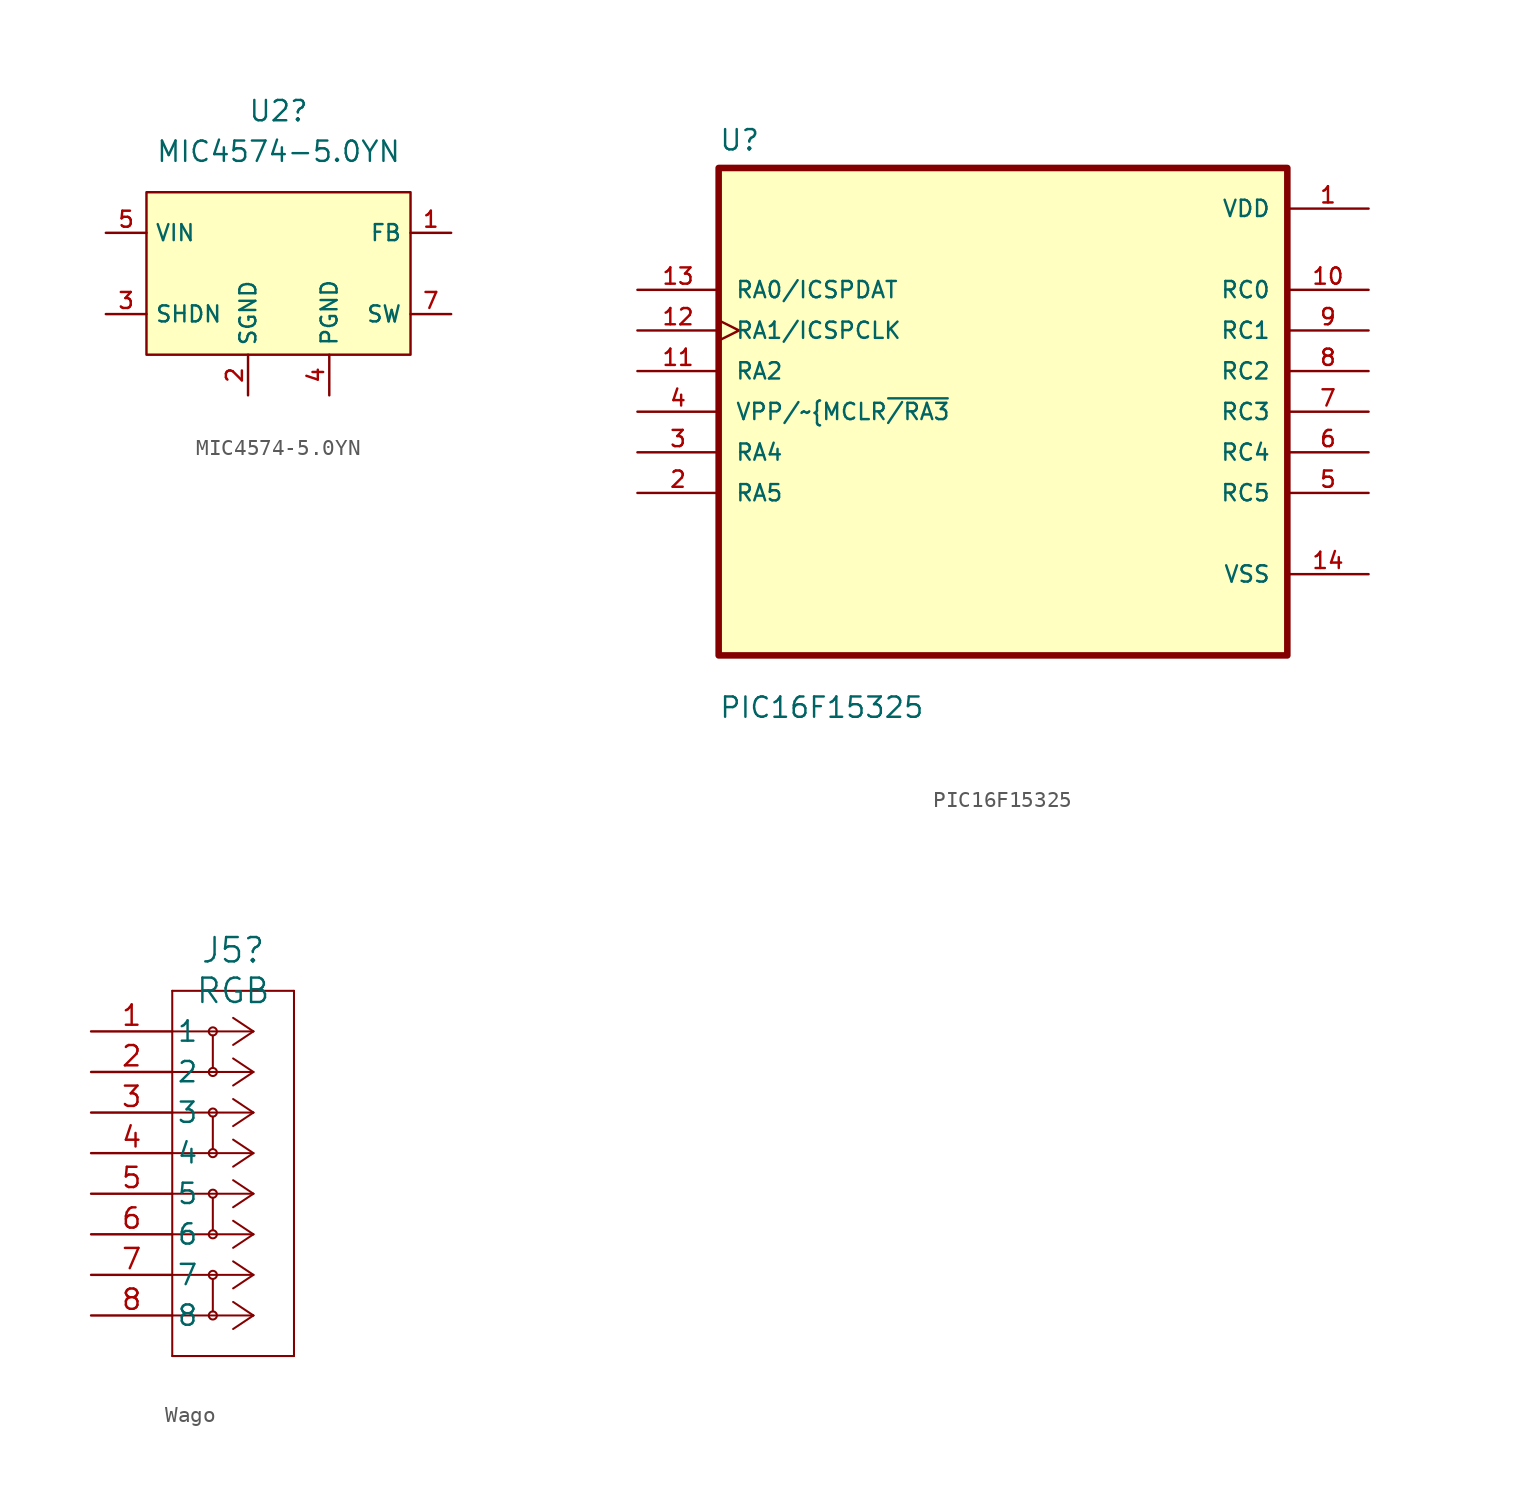
<source format=kicad_sym>
(kicad_symbol_lib
  (version 20211014)
  (generator kicad_symbol_editor)
  (symbol "MIC4574-5.0YN"
    (property "Reference" "U2"
      (at -0.635 10.16 0)
      (effects (font (size 1.27 1.27))))
    (property "Value" "MIC4574-5.0YN"
      (at -0.635 7.62 0)
      (effects (font (size 1.27 1.27))))
    (symbol "MIC4574-5.0YN_0_1"
      (rectangle (start -8.89 5.08) (end 7.62 -5.08) (stroke (width 0) (type default) (color 0 0 0 0)) (fill (type background))))
    (symbol "MIC4574-5.0YN_1_1"
      (pin input line (at 10.16 2.54 180) (length 2.54) (name "FB" (effects (font (size 1 1)))) (number "1" (effects (font (size 1 1)))))
      (pin passive line (at -2.54 -7.62 90) (length 2.54) (name "SGND" (effects (font (size 1 1)))) (number "2" (effects (font (size 1 1)))))
      (pin input line (at -11.43 -2.54 0) (length 2.54) (name "SHDN" (effects (font (size 1 1)))) (number "3" (effects (font (size 1 1)))))
      (pin passive line (at 2.54 -7.62 90) (length 2.54) (name "PGND" (effects (font (size 1 1)))) (number "4" (effects (font (size 1 1)))))
      (pin power_in line (at -11.43 2.54 0) (length 2.54) (name "VIN" (effects (font (size 1 1)))) (number "5" (effects (font (size 1 1)))))
      (pin no_connect line (at 10.16 0 180) (length 2.54) hide (name "NC" (effects (font (size 1 1)))) (number "6" (effects (font (size 1 1)))))
      (pin power_out line (at 10.16 -2.54 180) (length 2.54) (name "SW" (effects (font (size 1 1)))) (number "7" (effects (font (size 1 1)))))
      (pin no_connect line (at -11.43 0 0) (length 2.54) hide (name "NC" (effects (font (size 1 1)))) (number "8" (effects (font (size 1 1)))))))
  (symbol "PIC16F15325"
    (pin_names
      (offset 1.016))
    (property "Reference" "U"
      (at -17.78 16.24 0)
      (effects (font (size 1.27 1.27)) (justify left bottom)))
    (property "Value" "PIC16F15325"
      (at -17.78 -19.24 0)
      (effects (font (size 1.27 1.27)) (justify left bottom)))
    (symbol "PIC16F15325_0_0"
      (rectangle (start -17.78 -15.24) (end 17.78 15.24) (stroke (width 0.41) (type default) (color 0 0 0 0)) (fill (type background)))
      (pin power_in line (at 22.86 12.7 180) (length 5.08) (name "VDD" (effects (font (size 1.016 1.016)))) (number "1" (effects (font (size 1.016 1.016)))))
      (pin bidirectional line (at 22.86 7.62 180) (length 5.08) (name "RC0" (effects (font (size 1.016 1.016)))) (number "10" (effects (font (size 1.016 1.016)))))
      (pin bidirectional line (at -22.86 2.54 0) (length 5.08) (name "RA2" (effects (font (size 1.016 1.016)))) (number "11" (effects (font (size 1.016 1.016)))))
      (pin bidirectional clock (at -22.86 5.08 0) (length 5.08) (name "RA1/ICSPCLK" (effects (font (size 1.016 1.016)))) (number "12" (effects (font (size 1.016 1.016)))))
      (pin bidirectional line (at -22.86 7.62 0) (length 5.08) (name "RA0/ICSPDAT" (effects (font (size 1.016 1.016)))) (number "13" (effects (font (size 1.016 1.016)))))
      (pin power_in line (at 22.86 -10.16 180) (length 5.08) (name "VSS" (effects (font (size 1.016 1.016)))) (number "14" (effects (font (size 1.016 1.016)))))
      (pin bidirectional line (at -22.86 -5.08 0) (length 5.08) (name "RA5" (effects (font (size 1.016 1.016)))) (number "2" (effects (font (size 1.016 1.016)))))
      (pin bidirectional line (at -22.86 -2.54 0) (length 5.08) (name "RA4" (effects (font (size 1.016 1.016)))) (number "3" (effects (font (size 1.016 1.016)))))
      (pin bidirectional line (at -22.86 0 0) (length 5.08) (name "VPP/~{MCLR~{/RA3}" (effects (font (size 1.016 1.016)))) (number "4" (effects (font (size 1.016 1.016)))))
      (pin bidirectional line (at 22.86 -5.08 180) (length 5.08) (name "RC5" (effects (font (size 1.016 1.016)))) (number "5" (effects (font (size 1.016 1.016)))))
      (pin bidirectional line (at 22.86 -2.54 180) (length 5.08) (name "RC4" (effects (font (size 1.016 1.016)))) (number "6" (effects (font (size 1.016 1.016)))))
      (pin bidirectional line (at 22.86 0 180) (length 5.08) (name "RC3" (effects (font (size 1.016 1.016)))) (number "7" (effects (font (size 1.016 1.016)))))
      (pin bidirectional line (at 22.86 2.54 180) (length 5.08) (name "RC2" (effects (font (size 1.016 1.016)))) (number "8" (effects (font (size 1.016 1.016)))))
      (pin bidirectional line (at 22.86 5.08 180) (length 5.08) (name "RC1" (effects (font (size 1.016 1.016)))) (number "9" (effects (font (size 1.016 1.016)))))))
  (symbol "Wago"
    (pin_names
      (offset 0.254))
    (property "Reference" "J5"
      (at -1.27 15.24 0)
      (effects (font (size 1.524 1.524))))
    (property "Value" "RGB"
      (at -1.27 12.7 0)
      (effects (font (size 1.524 1.524))))
    (symbol "Wago_0_1"
      (circle (center -2.54 -7.62) (radius 0.254) (stroke (width 0.127) (type default) (color 0 0 0 0)) (fill (type none)))
      (circle (center -2.54 -5.08) (radius 0.254) (stroke (width 0.127) (type default) (color 0 0 0 0)) (fill (type none)))
      (circle (center -2.54 -2.54) (radius 0.254) (stroke (width 0.127) (type default) (color 0 0 0 0)) (fill (type none)))
      (circle (center -2.54 0) (radius 0.254) (stroke (width 0.127) (type default) (color 0 0 0 0)) (fill (type none)))
      (circle (center -2.54 2.54) (radius 0.254) (stroke (width 0.127) (type default) (color 0 0 0 0)) (fill (type none)))
      (circle (center -2.54 5.08) (radius 0.254) (stroke (width 0.127) (type default) (color 0 0 0 0)) (fill (type none)))
      (circle (center -2.54 7.62) (radius 0.254) (stroke (width 0.127) (type default) (color 0 0 0 0)) (fill (type none)))
      (circle (center -2.54 10.16) (radius 0.254) (stroke (width 0.127) (type default) (color 0 0 0 0)) (fill (type none)))
      (polyline (pts (xy -5.08 -10.16) (xy 2.54 -10.16)) (stroke (width 0.127) (type default) (color 0 0 0 0)) (fill (type none)))
      (polyline (pts (xy -5.08 12.7) (xy -5.08 -10.16)) (stroke (width 0.127) (type default) (color 0 0 0 0)) (fill (type none)))
      (polyline (pts (xy -2.54 -5.334) (xy -2.54 -7.366)) (stroke (width 0.127) (type default) (color 0 0 0 0)) (fill (type none)))
      (polyline (pts (xy -2.54 -0.254) (xy -2.54 -2.286)) (stroke (width 0.127) (type default) (color 0 0 0 0)) (fill (type none)))
      (polyline (pts (xy -2.54 4.826) (xy -2.54 2.794)) (stroke (width 0.127) (type default) (color 0 0 0 0)) (fill (type none)))
      (polyline (pts (xy -2.54 9.906) (xy -2.54 7.874)) (stroke (width 0.127) (type default) (color 0 0 0 0)) (fill (type none)))
      (polyline (pts (xy 0 -7.62) (xy -5.08 -7.62)) (stroke (width 0.127) (type default) (color 0 0 0 0)) (fill (type none)))
      (polyline (pts (xy 0 -7.62) (xy -1.27 -8.467)) (stroke (width 0.127) (type default) (color 0 0 0 0)) (fill (type none)))
      (polyline (pts (xy 0 -7.62) (xy -1.27 -6.773)) (stroke (width 0.127) (type default) (color 0 0 0 0)) (fill (type none)))
      (polyline (pts (xy 0 -5.08) (xy -5.08 -5.08)) (stroke (width 0.127) (type default) (color 0 0 0 0)) (fill (type none)))
      (polyline (pts (xy 0 -5.08) (xy -1.27 -5.927)) (stroke (width 0.127) (type default) (color 0 0 0 0)) (fill (type none)))
      (polyline (pts (xy 0 -5.08) (xy -1.27 -4.233)) (stroke (width 0.127) (type default) (color 0 0 0 0)) (fill (type none)))
      (polyline (pts (xy 0 -2.54) (xy -5.08 -2.54)) (stroke (width 0.127) (type default) (color 0 0 0 0)) (fill (type none)))
      (polyline (pts (xy 0 -2.54) (xy -1.27 -3.387)) (stroke (width 0.127) (type default) (color 0 0 0 0)) (fill (type none)))
      (polyline (pts (xy 0 -2.54) (xy -1.27 -1.693)) (stroke (width 0.127) (type default) (color 0 0 0 0)) (fill (type none)))
      (polyline (pts (xy 0 0) (xy -5.08 0)) (stroke (width 0.127) (type default) (color 0 0 0 0)) (fill (type none)))
      (polyline (pts (xy 0 0) (xy -1.27 -0.847)) (stroke (width 0.127) (type default) (color 0 0 0 0)) (fill (type none)))
      (polyline (pts (xy 0 0) (xy -1.27 0.847)) (stroke (width 0.127) (type default) (color 0 0 0 0)) (fill (type none)))
      (polyline (pts (xy 0 2.54) (xy -5.08 2.54)) (stroke (width 0.127) (type default) (color 0 0 0 0)) (fill (type none)))
      (polyline (pts (xy 0 2.54) (xy -1.27 1.693)) (stroke (width 0.127) (type default) (color 0 0 0 0)) (fill (type none)))
      (polyline (pts (xy 0 2.54) (xy -1.27 3.387)) (stroke (width 0.127) (type default) (color 0 0 0 0)) (fill (type none)))
      (polyline (pts (xy 0 5.08) (xy -5.08 5.08)) (stroke (width 0.127) (type default) (color 0 0 0 0)) (fill (type none)))
      (polyline (pts (xy 0 5.08) (xy -1.27 4.233)) (stroke (width 0.127) (type default) (color 0 0 0 0)) (fill (type none)))
      (polyline (pts (xy 0 5.08) (xy -1.27 5.927)) (stroke (width 0.127) (type default) (color 0 0 0 0)) (fill (type none)))
      (polyline (pts (xy 0 7.62) (xy -5.08 7.62)) (stroke (width 0.127) (type default) (color 0 0 0 0)) (fill (type none)))
      (polyline (pts (xy 0 7.62) (xy -1.27 6.773)) (stroke (width 0.127) (type default) (color 0 0 0 0)) (fill (type none)))
      (polyline (pts (xy 0 7.62) (xy -1.27 8.467)) (stroke (width 0.127) (type default) (color 0 0 0 0)) (fill (type none)))
      (polyline (pts (xy 0 10.16) (xy -5.08 10.16)) (stroke (width 0.127) (type default) (color 0 0 0 0)) (fill (type none)))
      (polyline (pts (xy 0 10.16) (xy -1.27 9.313)) (stroke (width 0.127) (type default) (color 0 0 0 0)) (fill (type none)))
      (polyline (pts (xy 0 10.16) (xy -1.27 11.007)) (stroke (width 0.127) (type default) (color 0 0 0 0)) (fill (type none)))
      (polyline (pts (xy 2.54 -10.16) (xy 2.54 12.7)) (stroke (width 0.127) (type default) (color 0 0 0 0)) (fill (type none)))
      (polyline (pts (xy 2.54 12.7) (xy -5.08 12.7)) (stroke (width 0.127) (type default) (color 0 0 0 0)) (fill (type none)))
      (pin passive line (at -10.16 10.16 0) (length 5.08) (name "1" (effects (font (size 1.27 1.27)))) (number "1" (effects (font (size 1.27 1.27)))))
      (pin passive line (at -10.16 7.62 0) (length 5.08) (name "2" (effects (font (size 1.27 1.27)))) (number "2" (effects (font (size 1.27 1.27)))))
      (pin passive line (at -10.16 5.08 0) (length 5.08) (name "3" (effects (font (size 1.27 1.27)))) (number "3" (effects (font (size 1.27 1.27)))))
      (pin passive line (at -10.16 2.54 0) (length 5.08) (name "4" (effects (font (size 1.27 1.27)))) (number "4" (effects (font (size 1.27 1.27)))))
      (pin passive line (at -10.16 0 0) (length 5.08) (name "5" (effects (font (size 1.27 1.27)))) (number "5" (effects (font (size 1.27 1.27)))))
      (pin passive line (at -10.16 -2.54 0) (length 5.08) (name "6" (effects (font (size 1.27 1.27)))) (number "6" (effects (font (size 1.27 1.27)))))
      (pin passive line (at -10.16 -5.08 0) (length 5.08) (name "7" (effects (font (size 1.27 1.27)))) (number "7" (effects (font (size 1.27 1.27)))))
      (pin passive line (at -10.16 -7.62 0) (length 5.08) (name "8" (effects (font (size 1.27 1.27)))) (number "8" (effects (font (size 1.27 1.27))))))))
</source>
